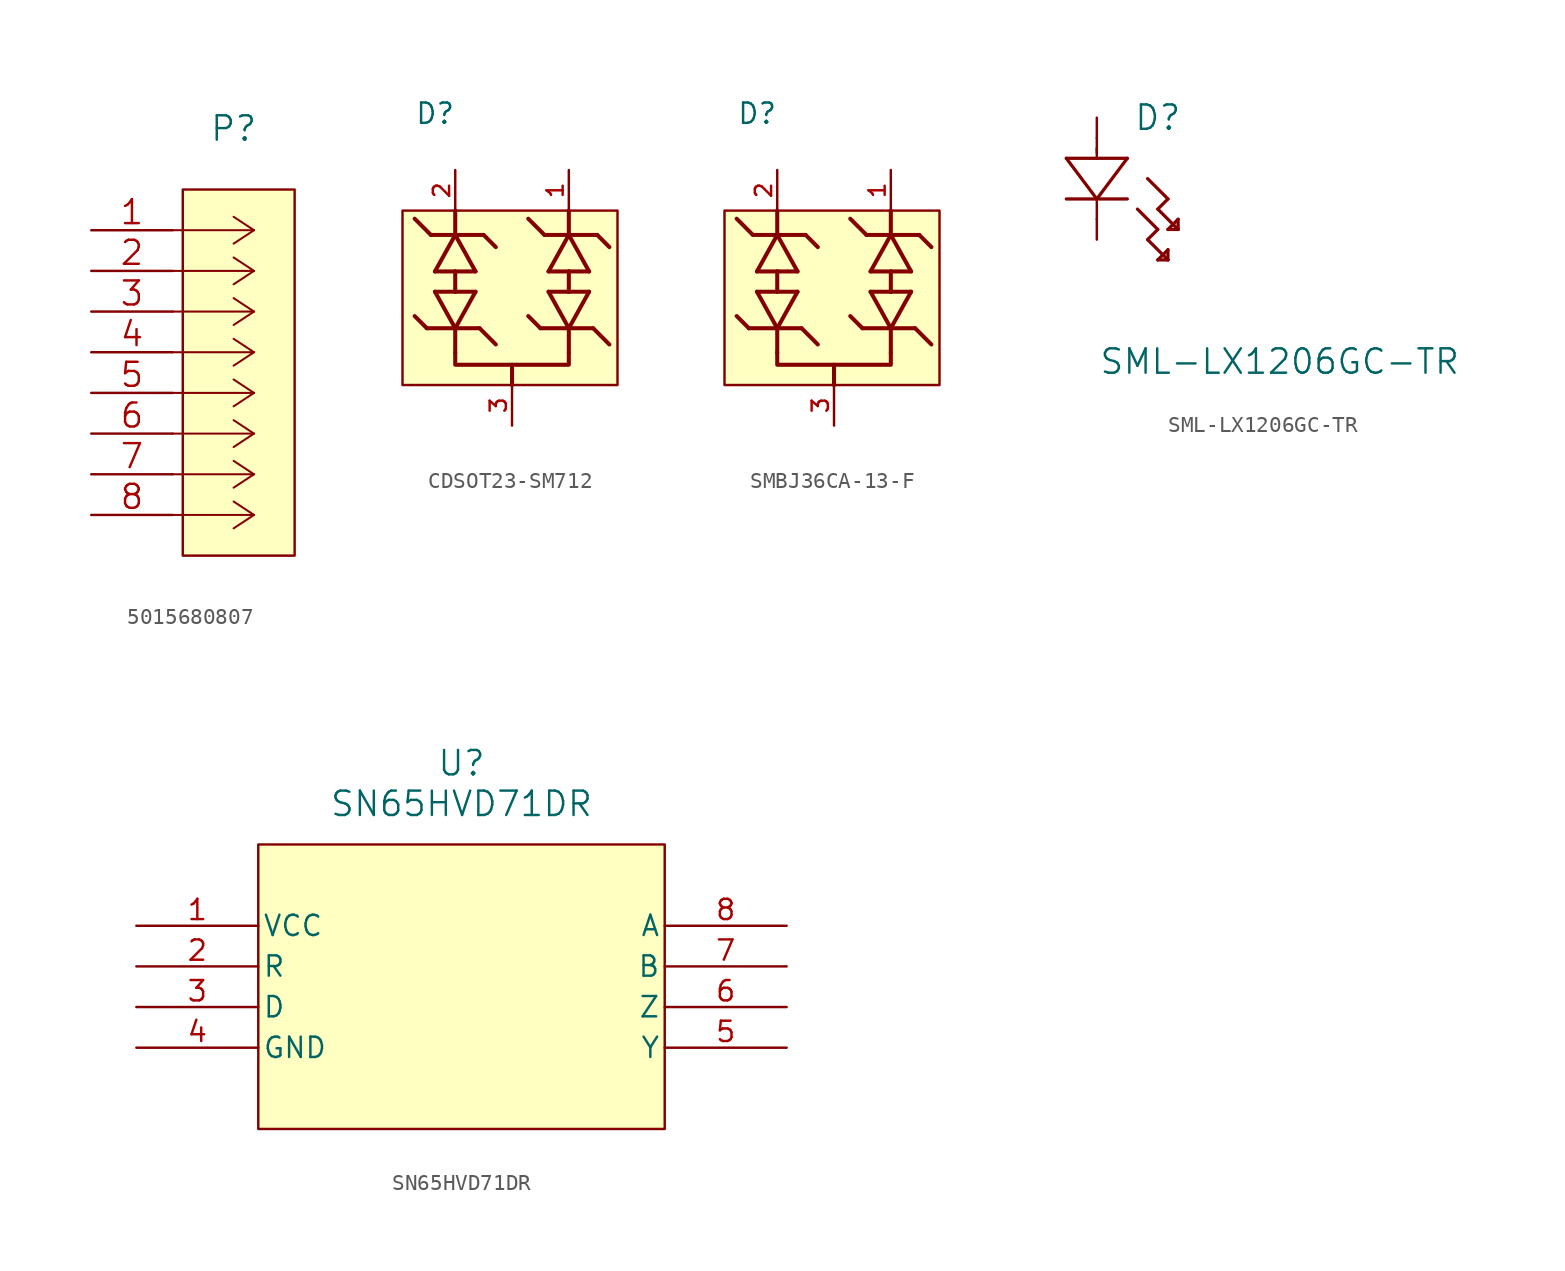
<source format=kicad_sym>
(kicad_symbol_lib
  (version 20220914)
  (generator kicad_symbol_editor)
  (symbol "5015680807"
    (pin_names
      (offset 0.254) hide)
    (property "Reference" "P"
      (at 8.89 6.35 0)
      (effects (font (size 1.524 1.524))))
    (symbol "5015680807_0_1"
      (rectangle (start 5.715 2.54) (end 12.7 -20.32) (stroke (width 0.152) (type default)) (fill (type background))))
    (symbol "5015680807_1_1"
      (polyline (pts (xy 10.16 -17.78) (xy 5.08 -17.78)) (stroke (width 0.127) (type default)) (fill (type none)))
      (polyline (pts (xy 10.16 -17.78) (xy 8.89 -18.618)) (stroke (width 0.127) (type default)) (fill (type none)))
      (polyline (pts (xy 10.16 -17.78) (xy 8.89 -16.942)) (stroke (width 0.127) (type default)) (fill (type none)))
      (polyline (pts (xy 10.16 -15.24) (xy 5.08 -15.24)) (stroke (width 0.127) (type default)) (fill (type none)))
      (polyline (pts (xy 10.16 -15.24) (xy 8.89 -16.078)) (stroke (width 0.127) (type default)) (fill (type none)))
      (polyline (pts (xy 10.16 -15.24) (xy 8.89 -14.402)) (stroke (width 0.127) (type default)) (fill (type none)))
      (polyline (pts (xy 10.16 -12.7) (xy 5.08 -12.7)) (stroke (width 0.127) (type default)) (fill (type none)))
      (polyline (pts (xy 10.16 -12.7) (xy 8.89 -13.538)) (stroke (width 0.127) (type default)) (fill (type none)))
      (polyline (pts (xy 10.16 -12.7) (xy 8.89 -11.862)) (stroke (width 0.127) (type default)) (fill (type none)))
      (polyline (pts (xy 10.16 -10.16) (xy 5.08 -10.16)) (stroke (width 0.127) (type default)) (fill (type none)))
      (polyline (pts (xy 10.16 -10.16) (xy 8.89 -10.998)) (stroke (width 0.127) (type default)) (fill (type none)))
      (polyline (pts (xy 10.16 -10.16) (xy 8.89 -9.322)) (stroke (width 0.127) (type default)) (fill (type none)))
      (polyline (pts (xy 10.16 -7.62) (xy 5.08 -7.62)) (stroke (width 0.127) (type default)) (fill (type none)))
      (polyline (pts (xy 10.16 -7.62) (xy 8.89 -8.458)) (stroke (width 0.127) (type default)) (fill (type none)))
      (polyline (pts (xy 10.16 -7.62) (xy 8.89 -6.782)) (stroke (width 0.127) (type default)) (fill (type none)))
      (polyline (pts (xy 10.16 -5.08) (xy 5.08 -5.08)) (stroke (width 0.127) (type default)) (fill (type none)))
      (polyline (pts (xy 10.16 -5.08) (xy 8.89 -5.918)) (stroke (width 0.127) (type default)) (fill (type none)))
      (polyline (pts (xy 10.16 -5.08) (xy 8.89 -4.242)) (stroke (width 0.127) (type default)) (fill (type none)))
      (polyline (pts (xy 10.16 -2.54) (xy 5.08 -2.54)) (stroke (width 0.127) (type default)) (fill (type none)))
      (polyline (pts (xy 10.16 -2.54) (xy 8.89 -3.378)) (stroke (width 0.127) (type default)) (fill (type none)))
      (polyline (pts (xy 10.16 -2.54) (xy 8.89 -1.702)) (stroke (width 0.127) (type default)) (fill (type none)))
      (polyline (pts (xy 10.16 0) (xy 5.08 0)) (stroke (width 0.127) (type default)) (fill (type none)))
      (polyline (pts (xy 10.16 0) (xy 8.89 -0.838)) (stroke (width 0.127) (type default)) (fill (type none)))
      (polyline (pts (xy 10.16 0) (xy 8.89 0.838)) (stroke (width 0.127) (type default)) (fill (type none)))
      (pin passive line (at 0 0 0) (length 5.08) (name "1" (effects (font (size 1.499 1.499)))) (number "1" (effects (font (size 1.499 1.499)))))
      (pin passive line (at 0 -2.54 0) (length 5.08) (name "2" (effects (font (size 1.499 1.499)))) (number "2" (effects (font (size 1.499 1.499)))))
      (pin passive line (at 0 -5.08 0) (length 5.08) (name "3" (effects (font (size 1.499 1.499)))) (number "3" (effects (font (size 1.499 1.499)))))
      (pin passive line (at 0 -7.62 0) (length 5.08) (name "4" (effects (font (size 1.499 1.499)))) (number "4" (effects (font (size 1.499 1.499)))))
      (pin passive line (at 0 -10.16 0) (length 5.08) (name "5" (effects (font (size 1.499 1.499)))) (number "5" (effects (font (size 1.499 1.499)))))
      (pin passive line (at 0 -12.7 0) (length 5.08) (name "6" (effects (font (size 1.499 1.499)))) (number "6" (effects (font (size 1.499 1.499)))))
      (pin passive line (at 0 -15.24 0) (length 5.08) (name "7" (effects (font (size 1.499 1.499)))) (number "7" (effects (font (size 1.499 1.499)))))
      (pin passive line (at 0 -17.78 0) (length 5.08) (name "8" (effects (font (size 1.499 1.499)))) (number "8" (effects (font (size 1.499 1.499)))))))
  (symbol "CDSOT23-SM712"
    (pin_names
      (offset 1.016))
    (property "Reference" "D"
      (at -6.096 9.398 0)
      (effects (font (size 1.27 1.27)) (justify left bottom)))
    (symbol "CDSOT23-SM712_0_0"
      (polyline (pts (xy -5.334 -3.302) (xy -6.096 -2.54)) (stroke (width 0.254) (type default)) (fill (type none)))
      (polyline (pts (xy -5.334 -3.302) (xy -3.556 -3.302)) (stroke (width 0.254) (type default)) (fill (type none)))
      (polyline (pts (xy -5.08 2.54) (xy -6.096 3.556)) (stroke (width 0.254) (type default)) (fill (type none)))
      (polyline (pts (xy -4.826 -1.016) (xy -3.556 -1.016)) (stroke (width 0.254) (type default)) (fill (type none)))
      (polyline (pts (xy -4.826 0.254) (xy -3.556 2.54)) (stroke (width 0.254) (type default)) (fill (type none)))
      (polyline (pts (xy -3.556 -3.302) (xy -4.826 -1.016)) (stroke (width 0.254) (type default)) (fill (type none)))
      (polyline (pts (xy -3.556 -3.302) (xy -3.556 -4.826)) (stroke (width 0.254) (type default)) (fill (type none)))
      (polyline (pts (xy -3.556 -3.302) (xy -2.032 -3.302)) (stroke (width 0.254) (type default)) (fill (type none)))
      (polyline (pts (xy -3.556 -1.016) (xy -2.286 -1.016)) (stroke (width 0.254) (type default)) (fill (type none)))
      (polyline (pts (xy -3.556 0.254) (xy -4.826 0.254)) (stroke (width 0.254) (type default)) (fill (type none)))
      (polyline (pts (xy -3.556 2.54) (xy -5.08 2.54)) (stroke (width 0.254) (type default)) (fill (type none)))
      (polyline (pts (xy -3.556 2.54) (xy -3.556 4.064)) (stroke (width 0.254) (type default)) (fill (type none)))
      (polyline (pts (xy -3.556 2.54) (xy -2.286 0.254)) (stroke (width 0.254) (type default)) (fill (type none)))
      (polyline (pts (xy -2.286 -1.016) (xy -3.556 -3.302)) (stroke (width 0.254) (type default)) (fill (type none)))
      (polyline (pts (xy -2.286 0.254) (xy -3.556 0.254)) (stroke (width 0.254) (type default)) (fill (type none)))
      (polyline (pts (xy -2.032 -3.302) (xy -1.016 -4.318)) (stroke (width 0.254) (type default)) (fill (type none)))
      (polyline (pts (xy -1.778 2.54) (xy -3.556 2.54)) (stroke (width 0.254) (type default)) (fill (type none)))
      (polyline (pts (xy -1.778 2.54) (xy -1.016 1.778)) (stroke (width 0.254) (type default)) (fill (type none)))
      (polyline (pts (xy 1.778 -3.302) (xy 1.016 -2.54)) (stroke (width 0.254) (type default)) (fill (type none)))
      (polyline (pts (xy 1.778 -3.302) (xy 3.556 -3.302)) (stroke (width 0.254) (type default)) (fill (type none)))
      (polyline (pts (xy 2.032 2.54) (xy 1.016 3.556)) (stroke (width 0.254) (type default)) (fill (type none)))
      (polyline (pts (xy 2.286 -1.016) (xy 3.556 -1.016)) (stroke (width 0.254) (type default)) (fill (type none)))
      (polyline (pts (xy 2.286 0.254) (xy 3.556 2.54)) (stroke (width 0.254) (type default)) (fill (type none)))
      (polyline (pts (xy 3.556 -3.302) (xy 2.286 -1.016)) (stroke (width 0.254) (type default)) (fill (type none)))
      (polyline (pts (xy 3.556 -3.302) (xy 3.556 -4.826)) (stroke (width 0.254) (type default)) (fill (type none)))
      (polyline (pts (xy 3.556 -3.302) (xy 5.08 -3.302)) (stroke (width 0.254) (type default)) (fill (type none)))
      (polyline (pts (xy 3.556 -1.016) (xy 4.826 -1.016)) (stroke (width 0.254) (type default)) (fill (type none)))
      (polyline (pts (xy 3.556 0.254) (xy 2.286 0.254)) (stroke (width 0.254) (type default)) (fill (type none)))
      (polyline (pts (xy 3.556 2.54) (xy 2.032 2.54)) (stroke (width 0.254) (type default)) (fill (type none)))
      (polyline (pts (xy 3.556 2.54) (xy 3.556 4.064)) (stroke (width 0.254) (type default)) (fill (type none)))
      (polyline (pts (xy 3.556 2.54) (xy 4.826 0.254)) (stroke (width 0.254) (type default)) (fill (type none)))
      (polyline (pts (xy 4.826 -1.016) (xy 3.556 -3.302)) (stroke (width 0.254) (type default)) (fill (type none)))
      (polyline (pts (xy 4.826 0.254) (xy 3.556 0.254)) (stroke (width 0.254) (type default)) (fill (type none)))
      (polyline (pts (xy 5.08 -3.302) (xy 6.096 -4.318)) (stroke (width 0.254) (type default)) (fill (type none)))
      (polyline (pts (xy 5.334 2.54) (xy 3.556 2.54)) (stroke (width 0.254) (type default)) (fill (type none)))
      (polyline (pts (xy 5.334 2.54) (xy 6.096 1.778)) (stroke (width 0.254) (type default)) (fill (type none)))
      (pin passive line (at -3.556 6.604 270) (length 2.54) (name "~" (effects (font (size 1.016 1.016)))) (number "2" (effects (font (size 1.016 1.016))))))
    (symbol "CDSOT23-SM712_1_0"
      (pin passive line (at 3.556 6.604 270) (length 2.54) (name "~" (effects (font (size 1.016 1.016)))) (number "1" (effects (font (size 1.016 1.016)))))
      (pin passive line (at 0 -9.398 90) (length 2.54) (name "~" (effects (font (size 1.016 1.016)))) (number "3" (effects (font (size 1.016 1.016))))))
    (symbol "CDSOT23-SM712_1_1"
      (rectangle (start -6.858 4.064) (end 6.604 -6.858) (stroke (width 0) (type default)) (fill (type background)))
      (polyline (pts (xy -3.556 0.254) (xy -3.556 -1.016)) (stroke (width 0.254) (type default)) (fill (type none)))
      (polyline (pts (xy 0 -5.588) (xy 0 -6.858)) (stroke (width 0.254) (type default)) (fill (type none)))
      (polyline (pts (xy 3.556 0.254) (xy 3.556 -1.016)) (stroke (width 0.254) (type default)) (fill (type none)))
      (polyline (pts (xy -3.556 -4.826) (xy -3.556 -5.588) (xy 3.556 -5.588) (xy 3.556 -4.826)) (stroke (width 0.254) (type default)) (fill (type none)))))
  (symbol "SMBJ36CA-13-F"
    (pin_names
      (offset 1.016))
    (property "Reference" "D"
      (at -6.096 9.398 0)
      (effects (font (size 1.27 1.27)) (justify left bottom)))
    (symbol "SMBJ36CA-13-F_0_0"
      (polyline (pts (xy -5.334 -3.302) (xy -6.096 -2.54)) (stroke (width 0.254) (type default)) (fill (type none)))
      (polyline (pts (xy -5.334 -3.302) (xy -3.556 -3.302)) (stroke (width 0.254) (type default)) (fill (type none)))
      (polyline (pts (xy -5.08 2.54) (xy -6.096 3.556)) (stroke (width 0.254) (type default)) (fill (type none)))
      (polyline (pts (xy -4.826 -1.016) (xy -3.556 -1.016)) (stroke (width 0.254) (type default)) (fill (type none)))
      (polyline (pts (xy -4.826 0.254) (xy -3.556 2.54)) (stroke (width 0.254) (type default)) (fill (type none)))
      (polyline (pts (xy -3.556 -3.302) (xy -4.826 -1.016)) (stroke (width 0.254) (type default)) (fill (type none)))
      (polyline (pts (xy -3.556 -3.302) (xy -3.556 -4.826)) (stroke (width 0.254) (type default)) (fill (type none)))
      (polyline (pts (xy -3.556 -3.302) (xy -2.032 -3.302)) (stroke (width 0.254) (type default)) (fill (type none)))
      (polyline (pts (xy -3.556 -1.016) (xy -2.286 -1.016)) (stroke (width 0.254) (type default)) (fill (type none)))
      (polyline (pts (xy -3.556 0.254) (xy -4.826 0.254)) (stroke (width 0.254) (type default)) (fill (type none)))
      (polyline (pts (xy -3.556 2.54) (xy -5.08 2.54)) (stroke (width 0.254) (type default)) (fill (type none)))
      (polyline (pts (xy -3.556 2.54) (xy -3.556 4.064)) (stroke (width 0.254) (type default)) (fill (type none)))
      (polyline (pts (xy -3.556 2.54) (xy -2.286 0.254)) (stroke (width 0.254) (type default)) (fill (type none)))
      (polyline (pts (xy -2.286 -1.016) (xy -3.556 -3.302)) (stroke (width 0.254) (type default)) (fill (type none)))
      (polyline (pts (xy -2.286 0.254) (xy -3.556 0.254)) (stroke (width 0.254) (type default)) (fill (type none)))
      (polyline (pts (xy -2.032 -3.302) (xy -1.016 -4.318)) (stroke (width 0.254) (type default)) (fill (type none)))
      (polyline (pts (xy -1.778 2.54) (xy -3.556 2.54)) (stroke (width 0.254) (type default)) (fill (type none)))
      (polyline (pts (xy -1.778 2.54) (xy -1.016 1.778)) (stroke (width 0.254) (type default)) (fill (type none)))
      (polyline (pts (xy 1.778 -3.302) (xy 1.016 -2.54)) (stroke (width 0.254) (type default)) (fill (type none)))
      (polyline (pts (xy 1.778 -3.302) (xy 3.556 -3.302)) (stroke (width 0.254) (type default)) (fill (type none)))
      (polyline (pts (xy 2.032 2.54) (xy 1.016 3.556)) (stroke (width 0.254) (type default)) (fill (type none)))
      (polyline (pts (xy 2.286 -1.016) (xy 3.556 -1.016)) (stroke (width 0.254) (type default)) (fill (type none)))
      (polyline (pts (xy 2.286 0.254) (xy 3.556 2.54)) (stroke (width 0.254) (type default)) (fill (type none)))
      (polyline (pts (xy 3.556 -3.302) (xy 2.286 -1.016)) (stroke (width 0.254) (type default)) (fill (type none)))
      (polyline (pts (xy 3.556 -3.302) (xy 3.556 -4.826)) (stroke (width 0.254) (type default)) (fill (type none)))
      (polyline (pts (xy 3.556 -3.302) (xy 5.08 -3.302)) (stroke (width 0.254) (type default)) (fill (type none)))
      (polyline (pts (xy 3.556 -1.016) (xy 4.826 -1.016)) (stroke (width 0.254) (type default)) (fill (type none)))
      (polyline (pts (xy 3.556 0.254) (xy 2.286 0.254)) (stroke (width 0.254) (type default)) (fill (type none)))
      (polyline (pts (xy 3.556 2.54) (xy 2.032 2.54)) (stroke (width 0.254) (type default)) (fill (type none)))
      (polyline (pts (xy 3.556 2.54) (xy 3.556 4.064)) (stroke (width 0.254) (type default)) (fill (type none)))
      (polyline (pts (xy 3.556 2.54) (xy 4.826 0.254)) (stroke (width 0.254) (type default)) (fill (type none)))
      (polyline (pts (xy 4.826 -1.016) (xy 3.556 -3.302)) (stroke (width 0.254) (type default)) (fill (type none)))
      (polyline (pts (xy 4.826 0.254) (xy 3.556 0.254)) (stroke (width 0.254) (type default)) (fill (type none)))
      (polyline (pts (xy 5.08 -3.302) (xy 6.096 -4.318)) (stroke (width 0.254) (type default)) (fill (type none)))
      (polyline (pts (xy 5.334 2.54) (xy 3.556 2.54)) (stroke (width 0.254) (type default)) (fill (type none)))
      (polyline (pts (xy 5.334 2.54) (xy 6.096 1.778)) (stroke (width 0.254) (type default)) (fill (type none)))
      (pin passive line (at -3.556 6.604 270) (length 2.54) (name "~" (effects (font (size 1.016 1.016)))) (number "2" (effects (font (size 1.016 1.016))))))
    (symbol "SMBJ36CA-13-F_1_0"
      (pin passive line (at 3.556 6.604 270) (length 2.54) (name "~" (effects (font (size 1.016 1.016)))) (number "1" (effects (font (size 1.016 1.016)))))
      (pin passive line (at 0 -9.398 90) (length 2.54) (name "~" (effects (font (size 1.016 1.016)))) (number "3" (effects (font (size 1.016 1.016))))))
    (symbol "SMBJ36CA-13-F_1_1"
      (rectangle (start -6.858 4.064) (end 6.604 -6.858) (stroke (width 0) (type default)) (fill (type background)))
      (polyline (pts (xy -3.556 0.254) (xy -3.556 -1.016)) (stroke (width 0.254) (type default)) (fill (type none)))
      (polyline (pts (xy 0 -5.588) (xy 0 -6.858)) (stroke (width 0.254) (type default)) (fill (type none)))
      (polyline (pts (xy 3.556 0.254) (xy 3.556 -1.016)) (stroke (width 0.254) (type default)) (fill (type none)))
      (polyline (pts (xy -3.556 -4.826) (xy -3.556 -5.588) (xy 3.556 -5.588) (xy 3.556 -4.826)) (stroke (width 0.254) (type default)) (fill (type none)))))
  (symbol "SML-LX1206GC-TR"
    (pin_numbers hide)
    (pin_names hide)
    (property "Reference" "D"
      (at 3.81 5.08 0)
      (effects (font (size 1.524 1.524))))
    (property "Value" "SML-LX1206GC-TR"
      (at 11.43 -10.16 0)
      (effects (font (size 1.524 1.524))))
    (property "Datasheet" ""
      (at 0 6.35 90)
      (effects (font (size 1.524 1.524))))
    (symbol "SML-LX1206GC-TR_1_1"
      (polyline (pts (xy -1.905 0) (xy 1.905 0)) (stroke (width 0.203) (type default)) (fill (type none)))
      (polyline (pts (xy -1.905 2.54) (xy 0 0)) (stroke (width 0.203) (type default)) (fill (type none)))
      (polyline (pts (xy 0 0) (xy 0 -1.27)) (stroke (width 0.152) (type default)) (fill (type none)))
      (polyline (pts (xy 0 0) (xy 1.905 2.54)) (stroke (width 0.203) (type default)) (fill (type none)))
      (polyline (pts (xy 0 3.175) (xy 0 2.54)) (stroke (width 0.152) (type default)) (fill (type none)))
      (polyline (pts (xy 0 3.81) (xy 0 2.87)) (stroke (width 0.152) (type default)) (fill (type none)))
      (polyline (pts (xy 1.905 2.54) (xy -1.905 2.54)) (stroke (width 0.203) (type default)) (fill (type none)))
      (polyline (pts (xy 2.54 -0.635) (xy 3.81 -1.905)) (stroke (width 0.203) (type default)) (fill (type none)))
      (polyline (pts (xy 3.175 -2.54) (xy 4.445 -3.81)) (stroke (width 0.203) (type default)) (fill (type none)))
      (polyline (pts (xy 3.175 1.27) (xy 4.445 0)) (stroke (width 0.203) (type default)) (fill (type none)))
      (polyline (pts (xy 3.81 -3.81) (xy 4.445 -3.81)) (stroke (width 0.203) (type default)) (fill (type none)))
      (polyline (pts (xy 3.81 -1.905) (xy 3.175 -2.54)) (stroke (width 0.203) (type default)) (fill (type none)))
      (polyline (pts (xy 3.81 -0.635) (xy 5.08 -1.905)) (stroke (width 0.203) (type default)) (fill (type none)))
      (polyline (pts (xy 4.445 -3.81) (xy 4.445 -3.175)) (stroke (width 0.203) (type default)) (fill (type none)))
      (polyline (pts (xy 4.445 -3.175) (xy 3.81 -3.81)) (stroke (width 0.203) (type default)) (fill (type none)))
      (polyline (pts (xy 4.445 -1.905) (xy 5.08 -1.905)) (stroke (width 0.203) (type default)) (fill (type none)))
      (polyline (pts (xy 4.445 0) (xy 3.81 -0.635)) (stroke (width 0.203) (type default)) (fill (type none)))
      (polyline (pts (xy 5.08 -1.905) (xy 5.08 -1.27)) (stroke (width 0.203) (type default)) (fill (type none)))
      (polyline (pts (xy 5.08 -1.27) (xy 4.445 -1.905)) (stroke (width 0.203) (type default)) (fill (type none)))
      (pin passive line (at 0 -2.54 90) (length 1.27) (name "1" (effects (font (size 1.499 1.499)))) (number "1" (effects (font (size 1.499 1.499)))))
      (pin passive line (at 0 5.08 270) (length 1.27) (name "2" (effects (font (size 1.499 1.499)))) (number "2" (effects (font (size 1.499 1.499)))))))
  (symbol "SN65HVD71DR"
    (pin_names
      (offset 0.254))
    (property "Reference" "U"
      (at 0.254 14.478 0)
      (effects (font (size 1.524 1.524))))
    (property "Value" "SN65HVD71DR"
      (at 0.254 11.938 0)
      (effects (font (size 1.524 1.524))))
    (symbol "SN65HVD71DR_0_1"
      (pin power_in line (at -20.066 4.318 0) (length 7.62) (name "VCC" (effects (font (size 1.27 1.27)))) (number "1" (effects (font (size 1.27 1.27)))))
      (pin output line (at -20.066 1.778 0) (length 7.62) (name "R" (effects (font (size 1.27 1.27)))) (number "2" (effects (font (size 1.27 1.27)))))
      (pin input line (at -20.066 -0.762 0) (length 7.62) (name "D" (effects (font (size 1.27 1.27)))) (number "3" (effects (font (size 1.27 1.27)))))
      (pin power_in line (at -20.066 -3.302 0) (length 7.62) (name "GND" (effects (font (size 1.27 1.27)))) (number "4" (effects (font (size 1.27 1.27)))))
      (pin output line (at 20.574 -3.302 180) (length 7.62) (name "Y" (effects (font (size 1.27 1.27)))) (number "5" (effects (font (size 1.27 1.27)))))
      (pin output line (at 20.574 -0.762 180) (length 7.62) (name "Z" (effects (font (size 1.27 1.27)))) (number "6" (effects (font (size 1.27 1.27)))))
      (pin input line (at 20.574 1.778 180) (length 7.62) (name "B" (effects (font (size 1.27 1.27)))) (number "7" (effects (font (size 1.27 1.27)))))
      (pin input line (at 20.574 4.318 180) (length 7.62) (name "A" (effects (font (size 1.27 1.27)))) (number "8" (effects (font (size 1.27 1.27))))))
    (symbol "SN65HVD71DR_1_1"
      (rectangle (start -12.446 9.398) (end 12.954 -8.382) (stroke (width 0) (type default)) (fill (type background))))))
</source>
